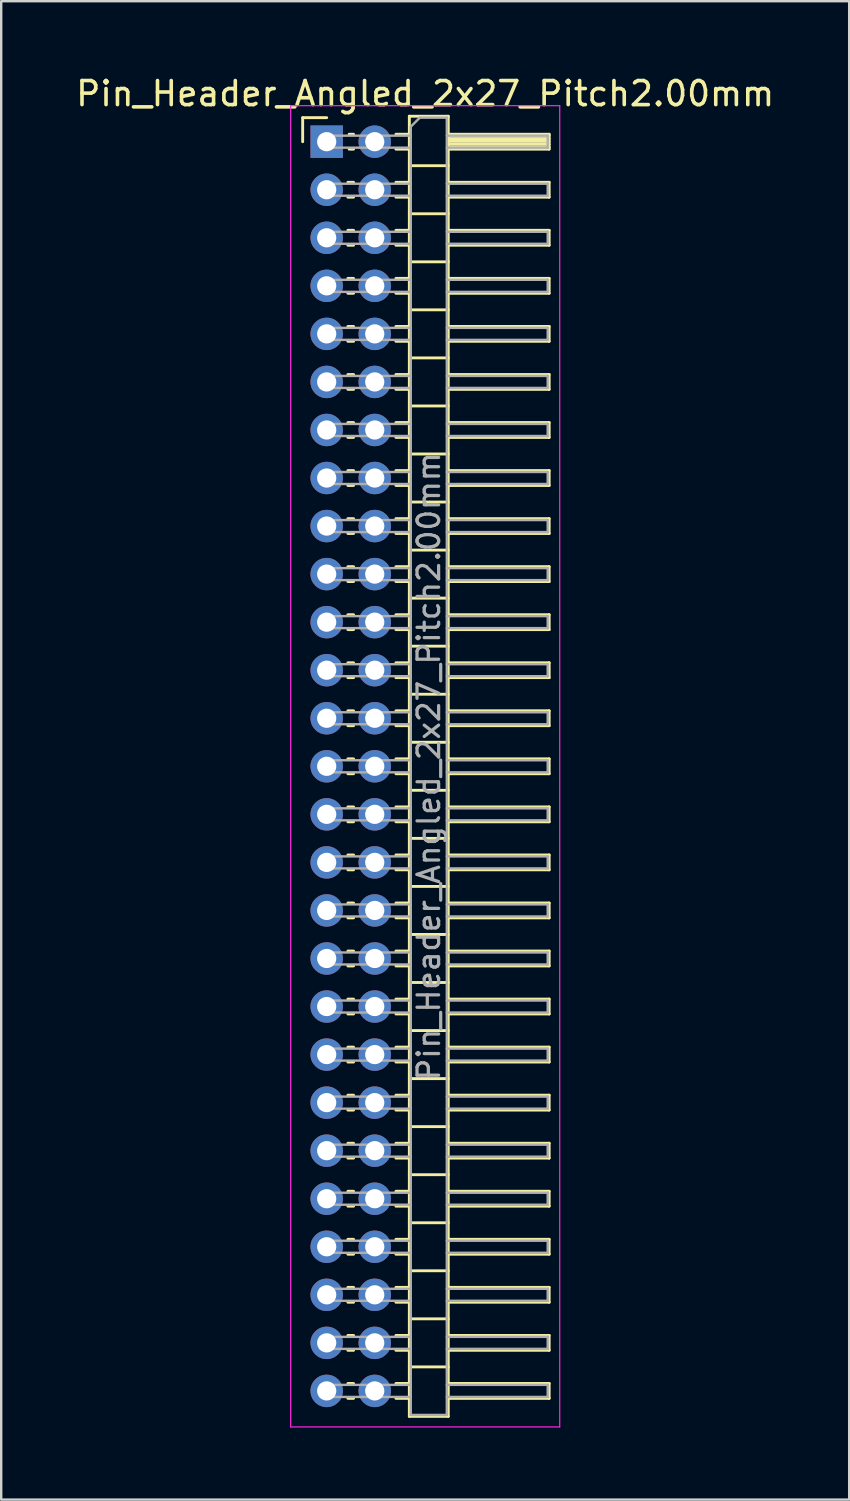
<source format=kicad_pcb>
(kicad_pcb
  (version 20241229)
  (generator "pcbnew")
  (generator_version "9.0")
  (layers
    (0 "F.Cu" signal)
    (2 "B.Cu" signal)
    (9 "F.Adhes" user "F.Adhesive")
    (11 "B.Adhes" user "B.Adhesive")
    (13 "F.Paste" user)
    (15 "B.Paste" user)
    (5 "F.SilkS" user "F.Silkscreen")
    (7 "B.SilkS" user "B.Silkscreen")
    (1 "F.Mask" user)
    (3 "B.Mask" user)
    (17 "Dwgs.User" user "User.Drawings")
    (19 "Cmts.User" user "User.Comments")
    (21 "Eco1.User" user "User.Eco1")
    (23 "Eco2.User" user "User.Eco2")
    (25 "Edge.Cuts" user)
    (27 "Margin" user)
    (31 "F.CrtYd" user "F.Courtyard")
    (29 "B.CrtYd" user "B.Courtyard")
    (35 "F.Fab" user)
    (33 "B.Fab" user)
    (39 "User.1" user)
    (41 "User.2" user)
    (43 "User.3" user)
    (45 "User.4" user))
  (footprint "Pin_Header_Angled_2x27_Pitch2.00mm"
    (layer "F.Cu")
    (at 10.549 2.848)
    (property "Reference" "Pin_Header_Angled_2x27_Pitch2.00mm" (at 4.1 -2 0) (layer "F.SilkS") (effects (font (size 1 1) (thickness 0.15))))
    (attr through_hole)
    (fp_line (start -1 -1) (end 0 -1) (stroke (width 0.12) (type solid)) (layer "F.SilkS"))
    (fp_line (start -1 0) (end -1 -1) (stroke (width 0.12) (type solid)) (layer "F.SilkS"))
    (fp_line (start 0.882 1.69) (end 1.118 1.69) (stroke (width 0.12) (type solid)) (layer "F.SilkS"))
    (fp_line (start 0.882 2.31) (end 1.118 2.31) (stroke (width 0.12) (type solid)) (layer "F.SilkS"))
    (fp_line (start 0.882 3.69) (end 1.118 3.69) (stroke (width 0.12) (type solid)) (layer "F.SilkS"))
    (fp_line (start 0.882 4.31) (end 1.118 4.31) (stroke (width 0.12) (type solid)) (layer "F.SilkS"))
    (fp_line (start 0.882 5.69) (end 1.118 5.69) (stroke (width 0.12) (type solid)) (layer "F.SilkS"))
    (fp_line (start 0.882 6.31) (end 1.118 6.31) (stroke (width 0.12) (type solid)) (layer "F.SilkS"))
    (fp_line (start 0.882 7.69) (end 1.118 7.69) (stroke (width 0.12) (type solid)) (layer "F.SilkS"))
    (fp_line (start 0.882 8.31) (end 1.118 8.31) (stroke (width 0.12) (type solid)) (layer "F.SilkS"))
    (fp_line (start 0.882 9.69) (end 1.118 9.69) (stroke (width 0.12) (type solid)) (layer "F.SilkS"))
    (fp_line (start 0.882 10.31) (end 1.118 10.31) (stroke (width 0.12) (type solid)) (layer "F.SilkS"))
    (fp_line (start 0.882 11.69) (end 1.118 11.69) (stroke (width 0.12) (type solid)) (layer "F.SilkS"))
    (fp_line (start 0.882 12.31) (end 1.118 12.31) (stroke (width 0.12) (type solid)) (layer "F.SilkS"))
    (fp_line (start 0.882 13.69) (end 1.118 13.69) (stroke (width 0.12) (type solid)) (layer "F.SilkS"))
    (fp_line (start 0.882 14.31) (end 1.118 14.31) (stroke (width 0.12) (type solid)) (layer "F.SilkS"))
    (fp_line (start 0.882 15.69) (end 1.118 15.69) (stroke (width 0.12) (type solid)) (layer "F.SilkS"))
    (fp_line (start 0.882 16.31) (end 1.118 16.31) (stroke (width 0.12) (type solid)) (layer "F.SilkS"))
    (fp_line (start 0.882 17.69) (end 1.118 17.69) (stroke (width 0.12) (type solid)) (layer "F.SilkS"))
    (fp_line (start 0.882 18.31) (end 1.118 18.31) (stroke (width 0.12) (type solid)) (layer "F.SilkS"))
    (fp_line (start 0.882 19.69) (end 1.118 19.69) (stroke (width 0.12) (type solid)) (layer "F.SilkS"))
    (fp_line (start 0.882 20.31) (end 1.118 20.31) (stroke (width 0.12) (type solid)) (layer "F.SilkS"))
    (fp_line (start 0.882 21.69) (end 1.118 21.69) (stroke (width 0.12) (type solid)) (layer "F.SilkS"))
    (fp_line (start 0.882 22.31) (end 1.118 22.31) (stroke (width 0.12) (type solid)) (layer "F.SilkS"))
    (fp_line (start 0.882 23.69) (end 1.118 23.69) (stroke (width 0.12) (type solid)) (layer "F.SilkS"))
    (fp_line (start 0.882 24.31) (end 1.118 24.31) (stroke (width 0.12) (type solid)) (layer "F.SilkS"))
    (fp_line (start 0.882 25.69) (end 1.118 25.69) (stroke (width 0.12) (type solid)) (layer "F.SilkS"))
    (fp_line (start 0.882 26.31) (end 1.118 26.31) (stroke (width 0.12) (type solid)) (layer "F.SilkS"))
    (fp_line (start 0.882 27.69) (end 1.118 27.69) (stroke (width 0.12) (type solid)) (layer "F.SilkS"))
    (fp_line (start 0.882 28.31) (end 1.118 28.31) (stroke (width 0.12) (type solid)) (layer "F.SilkS"))
    (fp_line (start 0.882 29.69) (end 1.118 29.69) (stroke (width 0.12) (type solid)) (layer "F.SilkS"))
    (fp_line (start 0.882 30.31) (end 1.118 30.31) (stroke (width 0.12) (type solid)) (layer "F.SilkS"))
    (fp_line (start 0.882 31.69) (end 1.118 31.69) (stroke (width 0.12) (type solid)) (layer "F.SilkS"))
    (fp_line (start 0.882 32.31) (end 1.118 32.31) (stroke (width 0.12) (type solid)) (layer "F.SilkS"))
    (fp_line (start 0.882 33.69) (end 1.118 33.69) (stroke (width 0.12) (type solid)) (layer "F.SilkS"))
    (fp_line (start 0.882 34.31) (end 1.118 34.31) (stroke (width 0.12) (type solid)) (layer "F.SilkS"))
    (fp_line (start 0.882 35.69) (end 1.118 35.69) (stroke (width 0.12) (type solid)) (layer "F.SilkS"))
    (fp_line (start 0.882 36.31) (end 1.118 36.31) (stroke (width 0.12) (type solid)) (layer "F.SilkS"))
    (fp_line (start 0.882 37.69) (end 1.118 37.69) (stroke (width 0.12) (type solid)) (layer "F.SilkS"))
    (fp_line (start 0.882 38.31) (end 1.118 38.31) (stroke (width 0.12) (type solid)) (layer "F.SilkS"))
    (fp_line (start 0.882 39.69) (end 1.118 39.69) (stroke (width 0.12) (type solid)) (layer "F.SilkS"))
    (fp_line (start 0.882 40.31) (end 1.118 40.31) (stroke (width 0.12) (type solid)) (layer "F.SilkS"))
    (fp_line (start 0.882 41.69) (end 1.118 41.69) (stroke (width 0.12) (type solid)) (layer "F.SilkS"))
    (fp_line (start 0.882 42.31) (end 1.118 42.31) (stroke (width 0.12) (type solid)) (layer "F.SilkS"))
    (fp_line (start 0.882 43.69) (end 1.118 43.69) (stroke (width 0.12) (type solid)) (layer "F.SilkS"))
    (fp_line (start 0.882 44.31) (end 1.118 44.31) (stroke (width 0.12) (type solid)) (layer "F.SilkS"))
    (fp_line (start 0.882 45.69) (end 1.118 45.69) (stroke (width 0.12) (type solid)) (layer "F.SilkS"))
    (fp_line (start 0.882 46.31) (end 1.118 46.31) (stroke (width 0.12) (type solid)) (layer "F.SilkS"))
    (fp_line (start 0.882 47.69) (end 1.118 47.69) (stroke (width 0.12) (type solid)) (layer "F.SilkS"))
    (fp_line (start 0.882 48.31) (end 1.118 48.31) (stroke (width 0.12) (type solid)) (layer "F.SilkS"))
    (fp_line (start 0.882 49.69) (end 1.118 49.69) (stroke (width 0.12) (type solid)) (layer "F.SilkS"))
    (fp_line (start 0.882 50.31) (end 1.118 50.31) (stroke (width 0.12) (type solid)) (layer "F.SilkS"))
    (fp_line (start 0.882 51.69) (end 1.118 51.69) (stroke (width 0.12) (type solid)) (layer "F.SilkS"))
    (fp_line (start 0.882 52.31) (end 1.118 52.31) (stroke (width 0.12) (type solid)) (layer "F.SilkS"))
    (fp_line (start 0.935 -0.31) (end 1.118 -0.31) (stroke (width 0.12) (type solid)) (layer "F.SilkS"))
    (fp_line (start 0.935 0.31) (end 1.118 0.31) (stroke (width 0.12) (type solid)) (layer "F.SilkS"))
    (fp_line (start 2.882 -0.31) (end 3.44 -0.31) (stroke (width 0.12) (type solid)) (layer "F.SilkS"))
    (fp_line (start 2.882 0.31) (end 3.44 0.31) (stroke (width 0.12) (type solid)) (layer "F.SilkS"))
    (fp_line (start 2.882 1.69) (end 3.44 1.69) (stroke (width 0.12) (type solid)) (layer "F.SilkS"))
    (fp_line (start 2.882 2.31) (end 3.44 2.31) (stroke (width 0.12) (type solid)) (layer "F.SilkS"))
    (fp_line (start 2.882 3.69) (end 3.44 3.69) (stroke (width 0.12) (type solid)) (layer "F.SilkS"))
    (fp_line (start 2.882 4.31) (end 3.44 4.31) (stroke (width 0.12) (type solid)) (layer "F.SilkS"))
    (fp_line (start 2.882 5.69) (end 3.44 5.69) (stroke (width 0.12) (type solid)) (layer "F.SilkS"))
    (fp_line (start 2.882 6.31) (end 3.44 6.31) (stroke (width 0.12) (type solid)) (layer "F.SilkS"))
    (fp_line (start 2.882 7.69) (end 3.44 7.69) (stroke (width 0.12) (type solid)) (layer "F.SilkS"))
    (fp_line (start 2.882 8.31) (end 3.44 8.31) (stroke (width 0.12) (type solid)) (layer "F.SilkS"))
    (fp_line (start 2.882 9.69) (end 3.44 9.69) (stroke (width 0.12) (type solid)) (layer "F.SilkS"))
    (fp_line (start 2.882 10.31) (end 3.44 10.31) (stroke (width 0.12) (type solid)) (layer "F.SilkS"))
    (fp_line (start 2.882 11.69) (end 3.44 11.69) (stroke (width 0.12) (type solid)) (layer "F.SilkS"))
    (fp_line (start 2.882 12.31) (end 3.44 12.31) (stroke (width 0.12) (type solid)) (layer "F.SilkS"))
    (fp_line (start 2.882 13.69) (end 3.44 13.69) (stroke (width 0.12) (type solid)) (layer "F.SilkS"))
    (fp_line (start 2.882 14.31) (end 3.44 14.31) (stroke (width 0.12) (type solid)) (layer "F.SilkS"))
    (fp_line (start 2.882 15.69) (end 3.44 15.69) (stroke (width 0.12) (type solid)) (layer "F.SilkS"))
    (fp_line (start 2.882 16.31) (end 3.44 16.31) (stroke (width 0.12) (type solid)) (layer "F.SilkS"))
    (fp_line (start 2.882 17.69) (end 3.44 17.69) (stroke (width 0.12) (type solid)) (layer "F.SilkS"))
    (fp_line (start 2.882 18.31) (end 3.44 18.31) (stroke (width 0.12) (type solid)) (layer "F.SilkS"))
    (fp_line (start 2.882 19.69) (end 3.44 19.69) (stroke (width 0.12) (type solid)) (layer "F.SilkS"))
    (fp_line (start 2.882 20.31) (end 3.44 20.31) (stroke (width 0.12) (type solid)) (layer "F.SilkS"))
    (fp_line (start 2.882 21.69) (end 3.44 21.69) (stroke (width 0.12) (type solid)) (layer "F.SilkS"))
    (fp_line (start 2.882 22.31) (end 3.44 22.31) (stroke (width 0.12) (type solid)) (layer "F.SilkS"))
    (fp_line (start 2.882 23.69) (end 3.44 23.69) (stroke (width 0.12) (type solid)) (layer "F.SilkS"))
    (fp_line (start 2.882 24.31) (end 3.44 24.31) (stroke (width 0.12) (type solid)) (layer "F.SilkS"))
    (fp_line (start 2.882 25.69) (end 3.44 25.69) (stroke (width 0.12) (type solid)) (layer "F.SilkS"))
    (fp_line (start 2.882 26.31) (end 3.44 26.31) (stroke (width 0.12) (type solid)) (layer "F.SilkS"))
    (fp_line (start 2.882 27.69) (end 3.44 27.69) (stroke (width 0.12) (type solid)) (layer "F.SilkS"))
    (fp_line (start 2.882 28.31) (end 3.44 28.31) (stroke (width 0.12) (type solid)) (layer "F.SilkS"))
    (fp_line (start 2.882 29.69) (end 3.44 29.69) (stroke (width 0.12) (type solid)) (layer "F.SilkS"))
    (fp_line (start 2.882 30.31) (end 3.44 30.31) (stroke (width 0.12) (type solid)) (layer "F.SilkS"))
    (fp_line (start 2.882 31.69) (end 3.44 31.69) (stroke (width 0.12) (type solid)) (layer "F.SilkS"))
    (fp_line (start 2.882 32.31) (end 3.44 32.31) (stroke (width 0.12) (type solid)) (layer "F.SilkS"))
    (fp_line (start 2.882 33.69) (end 3.44 33.69) (stroke (width 0.12) (type solid)) (layer "F.SilkS"))
    (fp_line (start 2.882 34.31) (end 3.44 34.31) (stroke (width 0.12) (type solid)) (layer "F.SilkS"))
    (fp_line (start 2.882 35.69) (end 3.44 35.69) (stroke (width 0.12) (type solid)) (layer "F.SilkS"))
    (fp_line (start 2.882 36.31) (end 3.44 36.31) (stroke (width 0.12) (type solid)) (layer "F.SilkS"))
    (fp_line (start 2.882 37.69) (end 3.44 37.69) (stroke (width 0.12) (type solid)) (layer "F.SilkS"))
    (fp_line (start 2.882 38.31) (end 3.44 38.31) (stroke (width 0.12) (type solid)) (layer "F.SilkS"))
    (fp_line (start 2.882 39.69) (end 3.44 39.69) (stroke (width 0.12) (type solid)) (layer "F.SilkS"))
    (fp_line (start 2.882 40.31) (end 3.44 40.31) (stroke (width 0.12) (type solid)) (layer "F.SilkS"))
    (fp_line (start 2.882 41.69) (end 3.44 41.69) (stroke (width 0.12) (type solid)) (layer "F.SilkS"))
    (fp_line (start 2.882 42.31) (end 3.44 42.31) (stroke (width 0.12) (type solid)) (layer "F.SilkS"))
    (fp_line (start 2.882 43.69) (end 3.44 43.69) (stroke (width 0.12) (type solid)) (layer "F.SilkS"))
    (fp_line (start 2.882 44.31) (end 3.44 44.31) (stroke (width 0.12) (type solid)) (layer "F.SilkS"))
    (fp_line (start 2.882 45.69) (end 3.44 45.69) (stroke (width 0.12) (type solid)) (layer "F.SilkS"))
    (fp_line (start 2.882 46.31) (end 3.44 46.31) (stroke (width 0.12) (type solid)) (layer "F.SilkS"))
    (fp_line (start 2.882 47.69) (end 3.44 47.69) (stroke (width 0.12) (type solid)) (layer "F.SilkS"))
    (fp_line (start 2.882 48.31) (end 3.44 48.31) (stroke (width 0.12) (type solid)) (layer "F.SilkS"))
    (fp_line (start 2.882 49.69) (end 3.44 49.69) (stroke (width 0.12) (type solid)) (layer "F.SilkS"))
    (fp_line (start 2.882 50.31) (end 3.44 50.31) (stroke (width 0.12) (type solid)) (layer "F.SilkS"))
    (fp_line (start 2.882 51.69) (end 3.44 51.69) (stroke (width 0.12) (type solid)) (layer "F.SilkS"))
    (fp_line (start 2.882 52.31) (end 3.44 52.31) (stroke (width 0.12) (type solid)) (layer "F.SilkS"))
    (fp_line (start 3.44 -1.06) (end 3.44 53.06) (stroke (width 0.12) (type solid)) (layer "F.SilkS"))
    (fp_line (start 3.44 1) (end 5.06 1) (stroke (width 0.12) (type solid)) (layer "F.SilkS"))
    (fp_line (start 3.44 3) (end 5.06 3) (stroke (width 0.12) (type solid)) (layer "F.SilkS"))
    (fp_line (start 3.44 5) (end 5.06 5) (stroke (width 0.12) (type solid)) (layer "F.SilkS"))
    (fp_line (start 3.44 7) (end 5.06 7) (stroke (width 0.12) (type solid)) (layer "F.SilkS"))
    (fp_line (start 3.44 9) (end 5.06 9) (stroke (width 0.12) (type solid)) (layer "F.SilkS"))
    (fp_line (start 3.44 11) (end 5.06 11) (stroke (width 0.12) (type solid)) (layer "F.SilkS"))
    (fp_line (start 3.44 13) (end 5.06 13) (stroke (width 0.12) (type solid)) (layer "F.SilkS"))
    (fp_line (start 3.44 15) (end 5.06 15) (stroke (width 0.12) (type solid)) (layer "F.SilkS"))
    (fp_line (start 3.44 17) (end 5.06 17) (stroke (width 0.12) (type solid)) (layer "F.SilkS"))
    (fp_line (start 3.44 19) (end 5.06 19) (stroke (width 0.12) (type solid)) (layer "F.SilkS"))
    (fp_line (start 3.44 21) (end 5.06 21) (stroke (width 0.12) (type solid)) (layer "F.SilkS"))
    (fp_line (start 3.44 23) (end 5.06 23) (stroke (width 0.12) (type solid)) (layer "F.SilkS"))
    (fp_line (start 3.44 25) (end 5.06 25) (stroke (width 0.12) (type solid)) (layer "F.SilkS"))
    (fp_line (start 3.44 27) (end 5.06 27) (stroke (width 0.12) (type solid)) (layer "F.SilkS"))
    (fp_line (start 3.44 29) (end 5.06 29) (stroke (width 0.12) (type solid)) (layer "F.SilkS"))
    (fp_line (start 3.44 31) (end 5.06 31) (stroke (width 0.12) (type solid)) (layer "F.SilkS"))
    (fp_line (start 3.44 33) (end 5.06 33) (stroke (width 0.12) (type solid)) (layer "F.SilkS"))
    (fp_line (start 3.44 35) (end 5.06 35) (stroke (width 0.12) (type solid)) (layer "F.SilkS"))
    (fp_line (start 3.44 37) (end 5.06 37) (stroke (width 0.12) (type solid)) (layer "F.SilkS"))
    (fp_line (start 3.44 39) (end 5.06 39) (stroke (width 0.12) (type solid)) (layer "F.SilkS"))
    (fp_line (start 3.44 41) (end 5.06 41) (stroke (width 0.12) (type solid)) (layer "F.SilkS"))
    (fp_line (start 3.44 43) (end 5.06 43) (stroke (width 0.12) (type solid)) (layer "F.SilkS"))
    (fp_line (start 3.44 45) (end 5.06 45) (stroke (width 0.12) (type solid)) (layer "F.SilkS"))
    (fp_line (start 3.44 47) (end 5.06 47) (stroke (width 0.12) (type solid)) (layer "F.SilkS"))
    (fp_line (start 3.44 49) (end 5.06 49) (stroke (width 0.12) (type solid)) (layer "F.SilkS"))
    (fp_line (start 3.44 51) (end 5.06 51) (stroke (width 0.12) (type solid)) (layer "F.SilkS"))
    (fp_line (start 3.44 53.06) (end 5.06 53.06) (stroke (width 0.12) (type solid)) (layer "F.SilkS"))
    (fp_line (start 5.06 -1.06) (end 3.44 -1.06) (stroke (width 0.12) (type solid)) (layer "F.SilkS"))
    (fp_line (start 5.06 -0.31) (end 9.26 -0.31) (stroke (width 0.12) (type solid)) (layer "F.SilkS"))
    (fp_line (start 5.06 -0.25) (end 9.26 -0.25) (stroke (width 0.12) (type solid)) (layer "F.SilkS"))
    (fp_line (start 5.06 -0.13) (end 9.26 -0.13) (stroke (width 0.12) (type solid)) (layer "F.SilkS"))
    (fp_line (start 5.06 -0.01) (end 9.26 -0.01) (stroke (width 0.12) (type solid)) (layer "F.SilkS"))
    (fp_line (start 5.06 0.11) (end 9.26 0.11) (stroke (width 0.12) (type solid)) (layer "F.SilkS"))
    (fp_line (start 5.06 0.23) (end 9.26 0.23) (stroke (width 0.12) (type solid)) (layer "F.SilkS"))
    (fp_line (start 5.06 1.69) (end 9.26 1.69) (stroke (width 0.12) (type solid)) (layer "F.SilkS"))
    (fp_line (start 5.06 3.69) (end 9.26 3.69) (stroke (width 0.12) (type solid)) (layer "F.SilkS"))
    (fp_line (start 5.06 5.69) (end 9.26 5.69) (stroke (width 0.12) (type solid)) (layer "F.SilkS"))
    (fp_line (start 5.06 7.69) (end 9.26 7.69) (stroke (width 0.12) (type solid)) (layer "F.SilkS"))
    (fp_line (start 5.06 9.69) (end 9.26 9.69) (stroke (width 0.12) (type solid)) (layer "F.SilkS"))
    (fp_line (start 5.06 11.69) (end 9.26 11.69) (stroke (width 0.12) (type solid)) (layer "F.SilkS"))
    (fp_line (start 5.06 13.69) (end 9.26 13.69) (stroke (width 0.12) (type solid)) (layer "F.SilkS"))
    (fp_line (start 5.06 15.69) (end 9.26 15.69) (stroke (width 0.12) (type solid)) (layer "F.SilkS"))
    (fp_line (start 5.06 17.69) (end 9.26 17.69) (stroke (width 0.12) (type solid)) (layer "F.SilkS"))
    (fp_line (start 5.06 19.69) (end 9.26 19.69) (stroke (width 0.12) (type solid)) (layer "F.SilkS"))
    (fp_line (start 5.06 21.69) (end 9.26 21.69) (stroke (width 0.12) (type solid)) (layer "F.SilkS"))
    (fp_line (start 5.06 23.69) (end 9.26 23.69) (stroke (width 0.12) (type solid)) (layer "F.SilkS"))
    (fp_line (start 5.06 25.69) (end 9.26 25.69) (stroke (width 0.12) (type solid)) (layer "F.SilkS"))
    (fp_line (start 5.06 27.69) (end 9.26 27.69) (stroke (width 0.12) (type solid)) (layer "F.SilkS"))
    (fp_line (start 5.06 29.69) (end 9.26 29.69) (stroke (width 0.12) (type solid)) (layer "F.SilkS"))
    (fp_line (start 5.06 31.69) (end 9.26 31.69) (stroke (width 0.12) (type solid)) (layer "F.SilkS"))
    (fp_line (start 5.06 33.69) (end 9.26 33.69) (stroke (width 0.12) (type solid)) (layer "F.SilkS"))
    (fp_line (start 5.06 35.69) (end 9.26 35.69) (stroke (width 0.12) (type solid)) (layer "F.SilkS"))
    (fp_line (start 5.06 37.69) (end 9.26 37.69) (stroke (width 0.12) (type solid)) (layer "F.SilkS"))
    (fp_line (start 5.06 39.69) (end 9.26 39.69) (stroke (width 0.12) (type solid)) (layer "F.SilkS"))
    (fp_line (start 5.06 41.69) (end 9.26 41.69) (stroke (width 0.12) (type solid)) (layer "F.SilkS"))
    (fp_line (start 5.06 43.69) (end 9.26 43.69) (stroke (width 0.12) (type solid)) (layer "F.SilkS"))
    (fp_line (start 5.06 45.69) (end 9.26 45.69) (stroke (width 0.12) (type solid)) (layer "F.SilkS"))
    (fp_line (start 5.06 47.69) (end 9.26 47.69) (stroke (width 0.12) (type solid)) (layer "F.SilkS"))
    (fp_line (start 5.06 49.69) (end 9.26 49.69) (stroke (width 0.12) (type solid)) (layer "F.SilkS"))
    (fp_line (start 5.06 51.69) (end 9.26 51.69) (stroke (width 0.12) (type solid)) (layer "F.SilkS"))
    (fp_line (start 5.06 53.06) (end 5.06 -1.06) (stroke (width 0.12) (type solid)) (layer "F.SilkS"))
    (fp_line (start 9.26 -0.31) (end 9.26 0.31) (stroke (width 0.12) (type solid)) (layer "F.SilkS"))
    (fp_line (start 9.26 0.31) (end 5.06 0.31) (stroke (width 0.12) (type solid)) (layer "F.SilkS"))
    (fp_line (start 9.26 1.69) (end 9.26 2.31) (stroke (width 0.12) (type solid)) (layer "F.SilkS"))
    (fp_line (start 9.26 2.31) (end 5.06 2.31) (stroke (width 0.12) (type solid)) (layer "F.SilkS"))
    (fp_line (start 9.26 3.69) (end 9.26 4.31) (stroke (width 0.12) (type solid)) (layer "F.SilkS"))
    (fp_line (start 9.26 4.31) (end 5.06 4.31) (stroke (width 0.12) (type solid)) (layer "F.SilkS"))
    (fp_line (start 9.26 5.69) (end 9.26 6.31) (stroke (width 0.12) (type solid)) (layer "F.SilkS"))
    (fp_line (start 9.26 6.31) (end 5.06 6.31) (stroke (width 0.12) (type solid)) (layer "F.SilkS"))
    (fp_line (start 9.26 7.69) (end 9.26 8.31) (stroke (width 0.12) (type solid)) (layer "F.SilkS"))
    (fp_line (start 9.26 8.31) (end 5.06 8.31) (stroke (width 0.12) (type solid)) (layer "F.SilkS"))
    (fp_line (start 9.26 9.69) (end 9.26 10.31) (stroke (width 0.12) (type solid)) (layer "F.SilkS"))
    (fp_line (start 9.26 10.31) (end 5.06 10.31) (stroke (width 0.12) (type solid)) (layer "F.SilkS"))
    (fp_line (start 9.26 11.69) (end 9.26 12.31) (stroke (width 0.12) (type solid)) (layer "F.SilkS"))
    (fp_line (start 9.26 12.31) (end 5.06 12.31) (stroke (width 0.12) (type solid)) (layer "F.SilkS"))
    (fp_line (start 9.26 13.69) (end 9.26 14.31) (stroke (width 0.12) (type solid)) (layer "F.SilkS"))
    (fp_line (start 9.26 14.31) (end 5.06 14.31) (stroke (width 0.12) (type solid)) (layer "F.SilkS"))
    (fp_line (start 9.26 15.69) (end 9.26 16.31) (stroke (width 0.12) (type solid)) (layer "F.SilkS"))
    (fp_line (start 9.26 16.31) (end 5.06 16.31) (stroke (width 0.12) (type solid)) (layer "F.SilkS"))
    (fp_line (start 9.26 17.69) (end 9.26 18.31) (stroke (width 0.12) (type solid)) (layer "F.SilkS"))
    (fp_line (start 9.26 18.31) (end 5.06 18.31) (stroke (width 0.12) (type solid)) (layer "F.SilkS"))
    (fp_line (start 9.26 19.69) (end 9.26 20.31) (stroke (width 0.12) (type solid)) (layer "F.SilkS"))
    (fp_line (start 9.26 20.31) (end 5.06 20.31) (stroke (width 0.12) (type solid)) (layer "F.SilkS"))
    (fp_line (start 9.26 21.69) (end 9.26 22.31) (stroke (width 0.12) (type solid)) (layer "F.SilkS"))
    (fp_line (start 9.26 22.31) (end 5.06 22.31) (stroke (width 0.12) (type solid)) (layer "F.SilkS"))
    (fp_line (start 9.26 23.69) (end 9.26 24.31) (stroke (width 0.12) (type solid)) (layer "F.SilkS"))
    (fp_line (start 9.26 24.31) (end 5.06 24.31) (stroke (width 0.12) (type solid)) (layer "F.SilkS"))
    (fp_line (start 9.26 25.69) (end 9.26 26.31) (stroke (width 0.12) (type solid)) (layer "F.SilkS"))
    (fp_line (start 9.26 26.31) (end 5.06 26.31) (stroke (width 0.12) (type solid)) (layer "F.SilkS"))
    (fp_line (start 9.26 27.69) (end 9.26 28.31) (stroke (width 0.12) (type solid)) (layer "F.SilkS"))
    (fp_line (start 9.26 28.31) (end 5.06 28.31) (stroke (width 0.12) (type solid)) (layer "F.SilkS"))
    (fp_line (start 9.26 29.69) (end 9.26 30.31) (stroke (width 0.12) (type solid)) (layer "F.SilkS"))
    (fp_line (start 9.26 30.31) (end 5.06 30.31) (stroke (width 0.12) (type solid)) (layer "F.SilkS"))
    (fp_line (start 9.26 31.69) (end 9.26 32.31) (stroke (width 0.12) (type solid)) (layer "F.SilkS"))
    (fp_line (start 9.26 32.31) (end 5.06 32.31) (stroke (width 0.12) (type solid)) (layer "F.SilkS"))
    (fp_line (start 9.26 33.69) (end 9.26 34.31) (stroke (width 0.12) (type solid)) (layer "F.SilkS"))
    (fp_line (start 9.26 34.31) (end 5.06 34.31) (stroke (width 0.12) (type solid)) (layer "F.SilkS"))
    (fp_line (start 9.26 35.69) (end 9.26 36.31) (stroke (width 0.12) (type solid)) (layer "F.SilkS"))
    (fp_line (start 9.26 36.31) (end 5.06 36.31) (stroke (width 0.12) (type solid)) (layer "F.SilkS"))
    (fp_line (start 9.26 37.69) (end 9.26 38.31) (stroke (width 0.12) (type solid)) (layer "F.SilkS"))
    (fp_line (start 9.26 38.31) (end 5.06 38.31) (stroke (width 0.12) (type solid)) (layer "F.SilkS"))
    (fp_line (start 9.26 39.69) (end 9.26 40.31) (stroke (width 0.12) (type solid)) (layer "F.SilkS"))
    (fp_line (start 9.26 40.31) (end 5.06 40.31) (stroke (width 0.12) (type solid)) (layer "F.SilkS"))
    (fp_line (start 9.26 41.69) (end 9.26 42.31) (stroke (width 0.12) (type solid)) (layer "F.SilkS"))
    (fp_line (start 9.26 42.31) (end 5.06 42.31) (stroke (width 0.12) (type solid)) (layer "F.SilkS"))
    (fp_line (start 9.26 43.69) (end 9.26 44.31) (stroke (width 0.12) (type solid)) (layer "F.SilkS"))
    (fp_line (start 9.26 44.31) (end 5.06 44.31) (stroke (width 0.12) (type solid)) (layer "F.SilkS"))
    (fp_line (start 9.26 45.69) (end 9.26 46.31) (stroke (width 0.12) (type solid)) (layer "F.SilkS"))
    (fp_line (start 9.26 46.31) (end 5.06 46.31) (stroke (width 0.12) (type solid)) (layer "F.SilkS"))
    (fp_line (start 9.26 47.69) (end 9.26 48.31) (stroke (width 0.12) (type solid)) (layer "F.SilkS"))
    (fp_line (start 9.26 48.31) (end 5.06 48.31) (stroke (width 0.12) (type solid)) (layer "F.SilkS"))
    (fp_line (start 9.26 49.69) (end 9.26 50.31) (stroke (width 0.12) (type solid)) (layer "F.SilkS"))
    (fp_line (start 9.26 50.31) (end 5.06 50.31) (stroke (width 0.12) (type solid)) (layer "F.SilkS"))
    (fp_line (start 9.26 51.69) (end 9.26 52.31) (stroke (width 0.12) (type solid)) (layer "F.SilkS"))
    (fp_line (start 9.26 52.31) (end 5.06 52.31) (stroke (width 0.12) (type solid)) (layer "F.SilkS"))
    (fp_line (start -1.5 -1.5) (end -1.5 53.5) (stroke (width 0.05) (type solid)) (layer "F.CrtYd"))
    (fp_line (start -1.5 53.5) (end 9.7 53.5) (stroke (width 0.05) (type solid)) (layer "F.CrtYd"))
    (fp_line (start 9.7 -1.5) (end -1.5 -1.5) (stroke (width 0.05) (type solid)) (layer "F.CrtYd"))
    (fp_line (start 9.7 53.5) (end 9.7 -1.5) (stroke (width 0.05) (type solid)) (layer "F.CrtYd"))
    (fp_line (start -0.25 -0.25) (end -0.25 0.25) (stroke (width 0.1) (type solid)) (layer "F.Fab"))
    (fp_line (start -0.25 -0.25) (end 3.5 -0.25) (stroke (width 0.1) (type solid)) (layer "F.Fab"))
    (fp_line (start -0.25 0.25) (end 3.5 0.25) (stroke (width 0.1) (type solid)) (layer "F.Fab"))
    (fp_line (start -0.25 1.75) (end -0.25 2.25) (stroke (width 0.1) (type solid)) (layer "F.Fab"))
    (fp_line (start -0.25 1.75) (end 3.5 1.75) (stroke (width 0.1) (type solid)) (layer "F.Fab"))
    (fp_line (start -0.25 2.25) (end 3.5 2.25) (stroke (width 0.1) (type solid)) (layer "F.Fab"))
    (fp_line (start -0.25 3.75) (end -0.25 4.25) (stroke (width 0.1) (type solid)) (layer "F.Fab"))
    (fp_line (start -0.25 3.75) (end 3.5 3.75) (stroke (width 0.1) (type solid)) (layer "F.Fab"))
    (fp_line (start -0.25 4.25) (end 3.5 4.25) (stroke (width 0.1) (type solid)) (layer "F.Fab"))
    (fp_line (start -0.25 5.75) (end -0.25 6.25) (stroke (width 0.1) (type solid)) (layer "F.Fab"))
    (fp_line (start -0.25 5.75) (end 3.5 5.75) (stroke (width 0.1) (type solid)) (layer "F.Fab"))
    (fp_line (start -0.25 6.25) (end 3.5 6.25) (stroke (width 0.1) (type solid)) (layer "F.Fab"))
    (fp_line (start -0.25 7.75) (end -0.25 8.25) (stroke (width 0.1) (type solid)) (layer "F.Fab"))
    (fp_line (start -0.25 7.75) (end 3.5 7.75) (stroke (width 0.1) (type solid)) (layer "F.Fab"))
    (fp_line (start -0.25 8.25) (end 3.5 8.25) (stroke (width 0.1) (type solid)) (layer "F.Fab"))
    (fp_line (start -0.25 9.75) (end -0.25 10.25) (stroke (width 0.1) (type solid)) (layer "F.Fab"))
    (fp_line (start -0.25 9.75) (end 3.5 9.75) (stroke (width 0.1) (type solid)) (layer "F.Fab"))
    (fp_line (start -0.25 10.25) (end 3.5 10.25) (stroke (width 0.1) (type solid)) (layer "F.Fab"))
    (fp_line (start -0.25 11.75) (end -0.25 12.25) (stroke (width 0.1) (type solid)) (layer "F.Fab"))
    (fp_line (start -0.25 11.75) (end 3.5 11.75) (stroke (width 0.1) (type solid)) (layer "F.Fab"))
    (fp_line (start -0.25 12.25) (end 3.5 12.25) (stroke (width 0.1) (type solid)) (layer "F.Fab"))
    (fp_line (start -0.25 13.75) (end -0.25 14.25) (stroke (width 0.1) (type solid)) (layer "F.Fab"))
    (fp_line (start -0.25 13.75) (end 3.5 13.75) (stroke (width 0.1) (type solid)) (layer "F.Fab"))
    (fp_line (start -0.25 14.25) (end 3.5 14.25) (stroke (width 0.1) (type solid)) (layer "F.Fab"))
    (fp_line (start -0.25 15.75) (end -0.25 16.25) (stroke (width 0.1) (type solid)) (layer "F.Fab"))
    (fp_line (start -0.25 15.75) (end 3.5 15.75) (stroke (width 0.1) (type solid)) (layer "F.Fab"))
    (fp_line (start -0.25 16.25) (end 3.5 16.25) (stroke (width 0.1) (type solid)) (layer "F.Fab"))
    (fp_line (start -0.25 17.75) (end -0.25 18.25) (stroke (width 0.1) (type solid)) (layer "F.Fab"))
    (fp_line (start -0.25 17.75) (end 3.5 17.75) (stroke (width 0.1) (type solid)) (layer "F.Fab"))
    (fp_line (start -0.25 18.25) (end 3.5 18.25) (stroke (width 0.1) (type solid)) (layer "F.Fab"))
    (fp_line (start -0.25 19.75) (end -0.25 20.25) (stroke (width 0.1) (type solid)) (layer "F.Fab"))
    (fp_line (start -0.25 19.75) (end 3.5 19.75) (stroke (width 0.1) (type solid)) (layer "F.Fab"))
    (fp_line (start -0.25 20.25) (end 3.5 20.25) (stroke (width 0.1) (type solid)) (layer "F.Fab"))
    (fp_line (start -0.25 21.75) (end -0.25 22.25) (stroke (width 0.1) (type solid)) (layer "F.Fab"))
    (fp_line (start -0.25 21.75) (end 3.5 21.75) (stroke (width 0.1) (type solid)) (layer "F.Fab"))
    (fp_line (start -0.25 22.25) (end 3.5 22.25) (stroke (width 0.1) (type solid)) (layer "F.Fab"))
    (fp_line (start -0.25 23.75) (end -0.25 24.25) (stroke (width 0.1) (type solid)) (layer "F.Fab"))
    (fp_line (start -0.25 23.75) (end 3.5 23.75) (stroke (width 0.1) (type solid)) (layer "F.Fab"))
    (fp_line (start -0.25 24.25) (end 3.5 24.25) (stroke (width 0.1) (type solid)) (layer "F.Fab"))
    (fp_line (start -0.25 25.75) (end -0.25 26.25) (stroke (width 0.1) (type solid)) (layer "F.Fab"))
    (fp_line (start -0.25 25.75) (end 3.5 25.75) (stroke (width 0.1) (type solid)) (layer "F.Fab"))
    (fp_line (start -0.25 26.25) (end 3.5 26.25) (stroke (width 0.1) (type solid)) (layer "F.Fab"))
    (fp_line (start -0.25 27.75) (end -0.25 28.25) (stroke (width 0.1) (type solid)) (layer "F.Fab"))
    (fp_line (start -0.25 27.75) (end 3.5 27.75) (stroke (width 0.1) (type solid)) (layer "F.Fab"))
    (fp_line (start -0.25 28.25) (end 3.5 28.25) (stroke (width 0.1) (type solid)) (layer "F.Fab"))
    (fp_line (start -0.25 29.75) (end -0.25 30.25) (stroke (width 0.1) (type solid)) (layer "F.Fab"))
    (fp_line (start -0.25 29.75) (end 3.5 29.75) (stroke (width 0.1) (type solid)) (layer "F.Fab"))
    (fp_line (start -0.25 30.25) (end 3.5 30.25) (stroke (width 0.1) (type solid)) (layer "F.Fab"))
    (fp_line (start -0.25 31.75) (end -0.25 32.25) (stroke (width 0.1) (type solid)) (layer "F.Fab"))
    (fp_line (start -0.25 31.75) (end 3.5 31.75) (stroke (width 0.1) (type solid)) (layer "F.Fab"))
    (fp_line (start -0.25 32.25) (end 3.5 32.25) (stroke (width 0.1) (type solid)) (layer "F.Fab"))
    (fp_line (start -0.25 33.75) (end -0.25 34.25) (stroke (width 0.1) (type solid)) (layer "F.Fab"))
    (fp_line (start -0.25 33.75) (end 3.5 33.75) (stroke (width 0.1) (type solid)) (layer "F.Fab"))
    (fp_line (start -0.25 34.25) (end 3.5 34.25) (stroke (width 0.1) (type solid)) (layer "F.Fab"))
    (fp_line (start -0.25 35.75) (end -0.25 36.25) (stroke (width 0.1) (type solid)) (layer "F.Fab"))
    (fp_line (start -0.25 35.75) (end 3.5 35.75) (stroke (width 0.1) (type solid)) (layer "F.Fab"))
    (fp_line (start -0.25 36.25) (end 3.5 36.25) (stroke (width 0.1) (type solid)) (layer "F.Fab"))
    (fp_line (start -0.25 37.75) (end -0.25 38.25) (stroke (width 0.1) (type solid)) (layer "F.Fab"))
    (fp_line (start -0.25 37.75) (end 3.5 37.75) (stroke (width 0.1) (type solid)) (layer "F.Fab"))
    (fp_line (start -0.25 38.25) (end 3.5 38.25) (stroke (width 0.1) (type solid)) (layer "F.Fab"))
    (fp_line (start -0.25 39.75) (end -0.25 40.25) (stroke (width 0.1) (type solid)) (layer "F.Fab"))
    (fp_line (start -0.25 39.75) (end 3.5 39.75) (stroke (width 0.1) (type solid)) (layer "F.Fab"))
    (fp_line (start -0.25 40.25) (end 3.5 40.25) (stroke (width 0.1) (type solid)) (layer "F.Fab"))
    (fp_line (start -0.25 41.75) (end -0.25 42.25) (stroke (width 0.1) (type solid)) (layer "F.Fab"))
    (fp_line (start -0.25 41.75) (end 3.5 41.75) (stroke (width 0.1) (type solid)) (layer "F.Fab"))
    (fp_line (start -0.25 42.25) (end 3.5 42.25) (stroke (width 0.1) (type solid)) (layer "F.Fab"))
    (fp_line (start -0.25 43.75) (end -0.25 44.25) (stroke (width 0.1) (type solid)) (layer "F.Fab"))
    (fp_line (start -0.25 43.75) (end 3.5 43.75) (stroke (width 0.1) (type solid)) (layer "F.Fab"))
    (fp_line (start -0.25 44.25) (end 3.5 44.25) (stroke (width 0.1) (type solid)) (layer "F.Fab"))
    (fp_line (start -0.25 45.75) (end -0.25 46.25) (stroke (width 0.1) (type solid)) (layer "F.Fab"))
    (fp_line (start -0.25 45.75) (end 3.5 45.75) (stroke (width 0.1) (type solid)) (layer "F.Fab"))
    (fp_line (start -0.25 46.25) (end 3.5 46.25) (stroke (width 0.1) (type solid)) (layer "F.Fab"))
    (fp_line (start -0.25 47.75) (end -0.25 48.25) (stroke (width 0.1) (type solid)) (layer "F.Fab"))
    (fp_line (start -0.25 47.75) (end 3.5 47.75) (stroke (width 0.1) (type solid)) (layer "F.Fab"))
    (fp_line (start -0.25 48.25) (end 3.5 48.25) (stroke (width 0.1) (type solid)) (layer "F.Fab"))
    (fp_line (start -0.25 49.75) (end -0.25 50.25) (stroke (width 0.1) (type solid)) (layer "F.Fab"))
    (fp_line (start -0.25 49.75) (end 3.5 49.75) (stroke (width 0.1) (type solid)) (layer "F.Fab"))
    (fp_line (start -0.25 50.25) (end 3.5 50.25) (stroke (width 0.1) (type solid)) (layer "F.Fab"))
    (fp_line (start -0.25 51.75) (end -0.25 52.25) (stroke (width 0.1) (type solid)) (layer "F.Fab"))
    (fp_line (start -0.25 51.75) (end 3.5 51.75) (stroke (width 0.1) (type solid)) (layer "F.Fab"))
    (fp_line (start -0.25 52.25) (end 3.5 52.25) (stroke (width 0.1) (type solid)) (layer "F.Fab"))
    (fp_line (start 3.5 -0.625) (end 3.875 -1) (stroke (width 0.1) (type solid)) (layer "F.Fab"))
    (fp_line (start 3.5 53) (end 3.5 -0.625) (stroke (width 0.1) (type solid)) (layer "F.Fab"))
    (fp_line (start 3.875 -1) (end 5 -1) (stroke (width 0.1) (type solid)) (layer "F.Fab"))
    (fp_line (start 5 -1) (end 5 53) (stroke (width 0.1) (type solid)) (layer "F.Fab"))
    (fp_line (start 5 -0.25) (end 9.2 -0.25) (stroke (width 0.1) (type solid)) (layer "F.Fab"))
    (fp_line (start 5 0.25) (end 9.2 0.25) (stroke (width 0.1) (type solid)) (layer "F.Fab"))
    (fp_line (start 5 1.75) (end 9.2 1.75) (stroke (width 0.1) (type solid)) (layer "F.Fab"))
    (fp_line (start 5 2.25) (end 9.2 2.25) (stroke (width 0.1) (type solid)) (layer "F.Fab"))
    (fp_line (start 5 3.75) (end 9.2 3.75) (stroke (width 0.1) (type solid)) (layer "F.Fab"))
    (fp_line (start 5 4.25) (end 9.2 4.25) (stroke (width 0.1) (type solid)) (layer "F.Fab"))
    (fp_line (start 5 5.75) (end 9.2 5.75) (stroke (width 0.1) (type solid)) (layer "F.Fab"))
    (fp_line (start 5 6.25) (end 9.2 6.25) (stroke (width 0.1) (type solid)) (layer "F.Fab"))
    (fp_line (start 5 7.75) (end 9.2 7.75) (stroke (width 0.1) (type solid)) (layer "F.Fab"))
    (fp_line (start 5 8.25) (end 9.2 8.25) (stroke (width 0.1) (type solid)) (layer "F.Fab"))
    (fp_line (start 5 9.75) (end 9.2 9.75) (stroke (width 0.1) (type solid)) (layer "F.Fab"))
    (fp_line (start 5 10.25) (end 9.2 10.25) (stroke (width 0.1) (type solid)) (layer "F.Fab"))
    (fp_line (start 5 11.75) (end 9.2 11.75) (stroke (width 0.1) (type solid)) (layer "F.Fab"))
    (fp_line (start 5 12.25) (end 9.2 12.25) (stroke (width 0.1) (type solid)) (layer "F.Fab"))
    (fp_line (start 5 13.75) (end 9.2 13.75) (stroke (width 0.1) (type solid)) (layer "F.Fab"))
    (fp_line (start 5 14.25) (end 9.2 14.25) (stroke (width 0.1) (type solid)) (layer "F.Fab"))
    (fp_line (start 5 15.75) (end 9.2 15.75) (stroke (width 0.1) (type solid)) (layer "F.Fab"))
    (fp_line (start 5 16.25) (end 9.2 16.25) (stroke (width 0.1) (type solid)) (layer "F.Fab"))
    (fp_line (start 5 17.75) (end 9.2 17.75) (stroke (width 0.1) (type solid)) (layer "F.Fab"))
    (fp_line (start 5 18.25) (end 9.2 18.25) (stroke (width 0.1) (type solid)) (layer "F.Fab"))
    (fp_line (start 5 19.75) (end 9.2 19.75) (stroke (width 0.1) (type solid)) (layer "F.Fab"))
    (fp_line (start 5 20.25) (end 9.2 20.25) (stroke (width 0.1) (type solid)) (layer "F.Fab"))
    (fp_line (start 5 21.75) (end 9.2 21.75) (stroke (width 0.1) (type solid)) (layer "F.Fab"))
    (fp_line (start 5 22.25) (end 9.2 22.25) (stroke (width 0.1) (type solid)) (layer "F.Fab"))
    (fp_line (start 5 23.75) (end 9.2 23.75) (stroke (width 0.1) (type solid)) (layer "F.Fab"))
    (fp_line (start 5 24.25) (end 9.2 24.25) (stroke (width 0.1) (type solid)) (layer "F.Fab"))
    (fp_line (start 5 25.75) (end 9.2 25.75) (stroke (width 0.1) (type solid)) (layer "F.Fab"))
    (fp_line (start 5 26.25) (end 9.2 26.25) (stroke (width 0.1) (type solid)) (layer "F.Fab"))
    (fp_line (start 5 27.75) (end 9.2 27.75) (stroke (width 0.1) (type solid)) (layer "F.Fab"))
    (fp_line (start 5 28.25) (end 9.2 28.25) (stroke (width 0.1) (type solid)) (layer "F.Fab"))
    (fp_line (start 5 29.75) (end 9.2 29.75) (stroke (width 0.1) (type solid)) (layer "F.Fab"))
    (fp_line (start 5 30.25) (end 9.2 30.25) (stroke (width 0.1) (type solid)) (layer "F.Fab"))
    (fp_line (start 5 31.75) (end 9.2 31.75) (stroke (width 0.1) (type solid)) (layer "F.Fab"))
    (fp_line (start 5 32.25) (end 9.2 32.25) (stroke (width 0.1) (type solid)) (layer "F.Fab"))
    (fp_line (start 5 33.75) (end 9.2 33.75) (stroke (width 0.1) (type solid)) (layer "F.Fab"))
    (fp_line (start 5 34.25) (end 9.2 34.25) (stroke (width 0.1) (type solid)) (layer "F.Fab"))
    (fp_line (start 5 35.75) (end 9.2 35.75) (stroke (width 0.1) (type solid)) (layer "F.Fab"))
    (fp_line (start 5 36.25) (end 9.2 36.25) (stroke (width 0.1) (type solid)) (layer "F.Fab"))
    (fp_line (start 5 37.75) (end 9.2 37.75) (stroke (width 0.1) (type solid)) (layer "F.Fab"))
    (fp_line (start 5 38.25) (end 9.2 38.25) (stroke (width 0.1) (type solid)) (layer "F.Fab"))
    (fp_line (start 5 39.75) (end 9.2 39.75) (stroke (width 0.1) (type solid)) (layer "F.Fab"))
    (fp_line (start 5 40.25) (end 9.2 40.25) (stroke (width 0.1) (type solid)) (layer "F.Fab"))
    (fp_line (start 5 41.75) (end 9.2 41.75) (stroke (width 0.1) (type solid)) (layer "F.Fab"))
    (fp_line (start 5 42.25) (end 9.2 42.25) (stroke (width 0.1) (type solid)) (layer "F.Fab"))
    (fp_line (start 5 43.75) (end 9.2 43.75) (stroke (width 0.1) (type solid)) (layer "F.Fab"))
    (fp_line (start 5 44.25) (end 9.2 44.25) (stroke (width 0.1) (type solid)) (layer "F.Fab"))
    (fp_line (start 5 45.75) (end 9.2 45.75) (stroke (width 0.1) (type solid)) (layer "F.Fab"))
    (fp_line (start 5 46.25) (end 9.2 46.25) (stroke (width 0.1) (type solid)) (layer "F.Fab"))
    (fp_line (start 5 47.75) (end 9.2 47.75) (stroke (width 0.1) (type solid)) (layer "F.Fab"))
    (fp_line (start 5 48.25) (end 9.2 48.25) (stroke (width 0.1) (type solid)) (layer "F.Fab"))
    (fp_line (start 5 49.75) (end 9.2 49.75) (stroke (width 0.1) (type solid)) (layer "F.Fab"))
    (fp_line (start 5 50.25) (end 9.2 50.25) (stroke (width 0.1) (type solid)) (layer "F.Fab"))
    (fp_line (start 5 51.75) (end 9.2 51.75) (stroke (width 0.1) (type solid)) (layer "F.Fab"))
    (fp_line (start 5 52.25) (end 9.2 52.25) (stroke (width 0.1) (type solid)) (layer "F.Fab"))
    (fp_line (start 5 53) (end 3.5 53) (stroke (width 0.1) (type solid)) (layer "F.Fab"))
    (fp_line (start 9.2 -0.25) (end 9.2 0.25) (stroke (width 0.1) (type solid)) (layer "F.Fab"))
    (fp_line (start 9.2 1.75) (end 9.2 2.25) (stroke (width 0.1) (type solid)) (layer "F.Fab"))
    (fp_line (start 9.2 3.75) (end 9.2 4.25) (stroke (width 0.1) (type solid)) (layer "F.Fab"))
    (fp_line (start 9.2 5.75) (end 9.2 6.25) (stroke (width 0.1) (type solid)) (layer "F.Fab"))
    (fp_line (start 9.2 7.75) (end 9.2 8.25) (stroke (width 0.1) (type solid)) (layer "F.Fab"))
    (fp_line (start 9.2 9.75) (end 9.2 10.25) (stroke (width 0.1) (type solid)) (layer "F.Fab"))
    (fp_line (start 9.2 11.75) (end 9.2 12.25) (stroke (width 0.1) (type solid)) (layer "F.Fab"))
    (fp_line (start 9.2 13.75) (end 9.2 14.25) (stroke (width 0.1) (type solid)) (layer "F.Fab"))
    (fp_line (start 9.2 15.75) (end 9.2 16.25) (stroke (width 0.1) (type solid)) (layer "F.Fab"))
    (fp_line (start 9.2 17.75) (end 9.2 18.25) (stroke (width 0.1) (type solid)) (layer "F.Fab"))
    (fp_line (start 9.2 19.75) (end 9.2 20.25) (stroke (width 0.1) (type solid)) (layer "F.Fab"))
    (fp_line (start 9.2 21.75) (end 9.2 22.25) (stroke (width 0.1) (type solid)) (layer "F.Fab"))
    (fp_line (start 9.2 23.75) (end 9.2 24.25) (stroke (width 0.1) (type solid)) (layer "F.Fab"))
    (fp_line (start 9.2 25.75) (end 9.2 26.25) (stroke (width 0.1) (type solid)) (layer "F.Fab"))
    (fp_line (start 9.2 27.75) (end 9.2 28.25) (stroke (width 0.1) (type solid)) (layer "F.Fab"))
    (fp_line (start 9.2 29.75) (end 9.2 30.25) (stroke (width 0.1) (type solid)) (layer "F.Fab"))
    (fp_line (start 9.2 31.75) (end 9.2 32.25) (stroke (width 0.1) (type solid)) (layer "F.Fab"))
    (fp_line (start 9.2 33.75) (end 9.2 34.25) (stroke (width 0.1) (type solid)) (layer "F.Fab"))
    (fp_line (start 9.2 35.75) (end 9.2 36.25) (stroke (width 0.1) (type solid)) (layer "F.Fab"))
    (fp_line (start 9.2 37.75) (end 9.2 38.25) (stroke (width 0.1) (type solid)) (layer "F.Fab"))
    (fp_line (start 9.2 39.75) (end 9.2 40.25) (stroke (width 0.1) (type solid)) (layer "F.Fab"))
    (fp_line (start 9.2 41.75) (end 9.2 42.25) (stroke (width 0.1) (type solid)) (layer "F.Fab"))
    (fp_line (start 9.2 43.75) (end 9.2 44.25) (stroke (width 0.1) (type solid)) (layer "F.Fab"))
    (fp_line (start 9.2 45.75) (end 9.2 46.25) (stroke (width 0.1) (type solid)) (layer "F.Fab"))
    (fp_line (start 9.2 47.75) (end 9.2 48.25) (stroke (width 0.1) (type solid)) (layer "F.Fab"))
    (fp_line (start 9.2 49.75) (end 9.2 50.25) (stroke (width 0.1) (type solid)) (layer "F.Fab"))
    (fp_line (start 9.2 51.75) (end 9.2 52.25) (stroke (width 0.1) (type solid)) (layer "F.Fab"))
    (fp_text user "${REFERENCE}" (at 4.25 26 90) (layer "F.Fab") (effects (font (size 0.9 0.9) (thickness 0.135))))
    (pad "1" thru_hole rect (at 0 0) (size 1.35 1.35) (drill 0.8) (layers "*.Cu" "*.Mask"))
    (pad "2" thru_hole oval (at 2 0) (size 1.35 1.35) (drill 0.8) (layers "*.Cu" "*.Mask"))
    (pad "3" thru_hole oval (at 0 2) (size 1.35 1.35) (drill 0.8) (layers "*.Cu" "*.Mask"))
    (pad "4" thru_hole oval (at 2 2) (size 1.35 1.35) (drill 0.8) (layers "*.Cu" "*.Mask"))
    (pad "5" thru_hole oval (at 0 4) (size 1.35 1.35) (drill 0.8) (layers "*.Cu" "*.Mask"))
    (pad "6" thru_hole oval (at 2 4) (size 1.35 1.35) (drill 0.8) (layers "*.Cu" "*.Mask"))
    (pad "7" thru_hole oval (at 0 6) (size 1.35 1.35) (drill 0.8) (layers "*.Cu" "*.Mask"))
    (pad "8" thru_hole oval (at 2 6) (size 1.35 1.35) (drill 0.8) (layers "*.Cu" "*.Mask"))
    (pad "9" thru_hole oval (at 0 8) (size 1.35 1.35) (drill 0.8) (layers "*.Cu" "*.Mask"))
    (pad "10" thru_hole oval (at 2 8) (size 1.35 1.35) (drill 0.8) (layers "*.Cu" "*.Mask"))
    (pad "11" thru_hole oval (at 0 10) (size 1.35 1.35) (drill 0.8) (layers "*.Cu" "*.Mask"))
    (pad "12" thru_hole oval (at 2 10) (size 1.35 1.35) (drill 0.8) (layers "*.Cu" "*.Mask"))
    (pad "13" thru_hole oval (at 0 12) (size 1.35 1.35) (drill 0.8) (layers "*.Cu" "*.Mask"))
    (pad "14" thru_hole oval (at 2 12) (size 1.35 1.35) (drill 0.8) (layers "*.Cu" "*.Mask"))
    (pad "15" thru_hole oval (at 0 14) (size 1.35 1.35) (drill 0.8) (layers "*.Cu" "*.Mask"))
    (pad "16" thru_hole oval (at 2 14) (size 1.35 1.35) (drill 0.8) (layers "*.Cu" "*.Mask"))
    (pad "17" thru_hole oval (at 0 16) (size 1.35 1.35) (drill 0.8) (layers "*.Cu" "*.Mask"))
    (pad "18" thru_hole oval (at 2 16) (size 1.35 1.35) (drill 0.8) (layers "*.Cu" "*.Mask"))
    (pad "19" thru_hole oval (at 0 18) (size 1.35 1.35) (drill 0.8) (layers "*.Cu" "*.Mask"))
    (pad "20" thru_hole oval (at 2 18) (size 1.35 1.35) (drill 0.8) (layers "*.Cu" "*.Mask"))
    (pad "21" thru_hole oval (at 0 20) (size 1.35 1.35) (drill 0.8) (layers "*.Cu" "*.Mask"))
    (pad "22" thru_hole oval (at 2 20) (size 1.35 1.35) (drill 0.8) (layers "*.Cu" "*.Mask"))
    (pad "23" thru_hole oval (at 0 22) (size 1.35 1.35) (drill 0.8) (layers "*.Cu" "*.Mask"))
    (pad "24" thru_hole oval (at 2 22) (size 1.35 1.35) (drill 0.8) (layers "*.Cu" "*.Mask"))
    (pad "25" thru_hole oval (at 0 24) (size 1.35 1.35) (drill 0.8) (layers "*.Cu" "*.Mask"))
    (pad "26" thru_hole oval (at 2 24) (size 1.35 1.35) (drill 0.8) (layers "*.Cu" "*.Mask"))
    (pad "27" thru_hole oval (at 0 26) (size 1.35 1.35) (drill 0.8) (layers "*.Cu" "*.Mask"))
    (pad "28" thru_hole oval (at 2 26) (size 1.35 1.35) (drill 0.8) (layers "*.Cu" "*.Mask"))
    (pad "29" thru_hole oval (at 0 28) (size 1.35 1.35) (drill 0.8) (layers "*.Cu" "*.Mask"))
    (pad "30" thru_hole oval (at 2 28) (size 1.35 1.35) (drill 0.8) (layers "*.Cu" "*.Mask"))
    (pad "31" thru_hole oval (at 0 30) (size 1.35 1.35) (drill 0.8) (layers "*.Cu" "*.Mask"))
    (pad "32" thru_hole oval (at 2 30) (size 1.35 1.35) (drill 0.8) (layers "*.Cu" "*.Mask"))
    (pad "33" thru_hole oval (at 0 32) (size 1.35 1.35) (drill 0.8) (layers "*.Cu" "*.Mask"))
    (pad "34" thru_hole oval (at 2 32) (size 1.35 1.35) (drill 0.8) (layers "*.Cu" "*.Mask"))
    (pad "35" thru_hole oval (at 0 34) (size 1.35 1.35) (drill 0.8) (layers "*.Cu" "*.Mask"))
    (pad "36" thru_hole oval (at 2 34) (size 1.35 1.35) (drill 0.8) (layers "*.Cu" "*.Mask"))
    (pad "37" thru_hole oval (at 0 36) (size 1.35 1.35) (drill 0.8) (layers "*.Cu" "*.Mask"))
    (pad "38" thru_hole oval (at 2 36) (size 1.35 1.35) (drill 0.8) (layers "*.Cu" "*.Mask"))
    (pad "39" thru_hole oval (at 0 38) (size 1.35 1.35) (drill 0.8) (layers "*.Cu" "*.Mask"))
    (pad "40" thru_hole oval (at 2 38) (size 1.35 1.35) (drill 0.8) (layers "*.Cu" "*.Mask"))
    (pad "41" thru_hole oval (at 0 40) (size 1.35 1.35) (drill 0.8) (layers "*.Cu" "*.Mask"))
    (pad "42" thru_hole oval (at 2 40) (size 1.35 1.35) (drill 0.8) (layers "*.Cu" "*.Mask"))
    (pad "43" thru_hole oval (at 0 42) (size 1.35 1.35) (drill 0.8) (layers "*.Cu" "*.Mask"))
    (pad "44" thru_hole oval (at 2 42) (size 1.35 1.35) (drill 0.8) (layers "*.Cu" "*.Mask"))
    (pad "45" thru_hole oval (at 0 44) (size 1.35 1.35) (drill 0.8) (layers "*.Cu" "*.Mask"))
    (pad "46" thru_hole oval (at 2 44) (size 1.35 1.35) (drill 0.8) (layers "*.Cu" "*.Mask"))
    (pad "47" thru_hole oval (at 0 46) (size 1.35 1.35) (drill 0.8) (layers "*.Cu" "*.Mask"))
    (pad "48" thru_hole oval (at 2 46) (size 1.35 1.35) (drill 0.8) (layers "*.Cu" "*.Mask"))
    (pad "49" thru_hole oval (at 0 48) (size 1.35 1.35) (drill 0.8) (layers "*.Cu" "*.Mask"))
    (pad "50" thru_hole oval (at 2 48) (size 1.35 1.35) (drill 0.8) (layers "*.Cu" "*.Mask"))
    (pad "51" thru_hole oval (at 0 50) (size 1.35 1.35) (drill 0.8) (layers "*.Cu" "*.Mask"))
    (pad "52" thru_hole oval (at 2 50) (size 1.35 1.35) (drill 0.8) (layers "*.Cu" "*.Mask"))
    (pad "53" thru_hole oval (at 0 52) (size 1.35 1.35) (drill 0.8) (layers "*.Cu" "*.Mask"))
    (pad "54" thru_hole oval (at 2 52) (size 1.35 1.35) (drill 0.8) (layers "*.Cu" "*.Mask")))
  (gr_rect
    (start -3 -3)
    (end 32.298 59.373)
    (stroke (width 0.1) (type default))
    (fill no)
    (layer "Edge.Cuts")))
</source>
